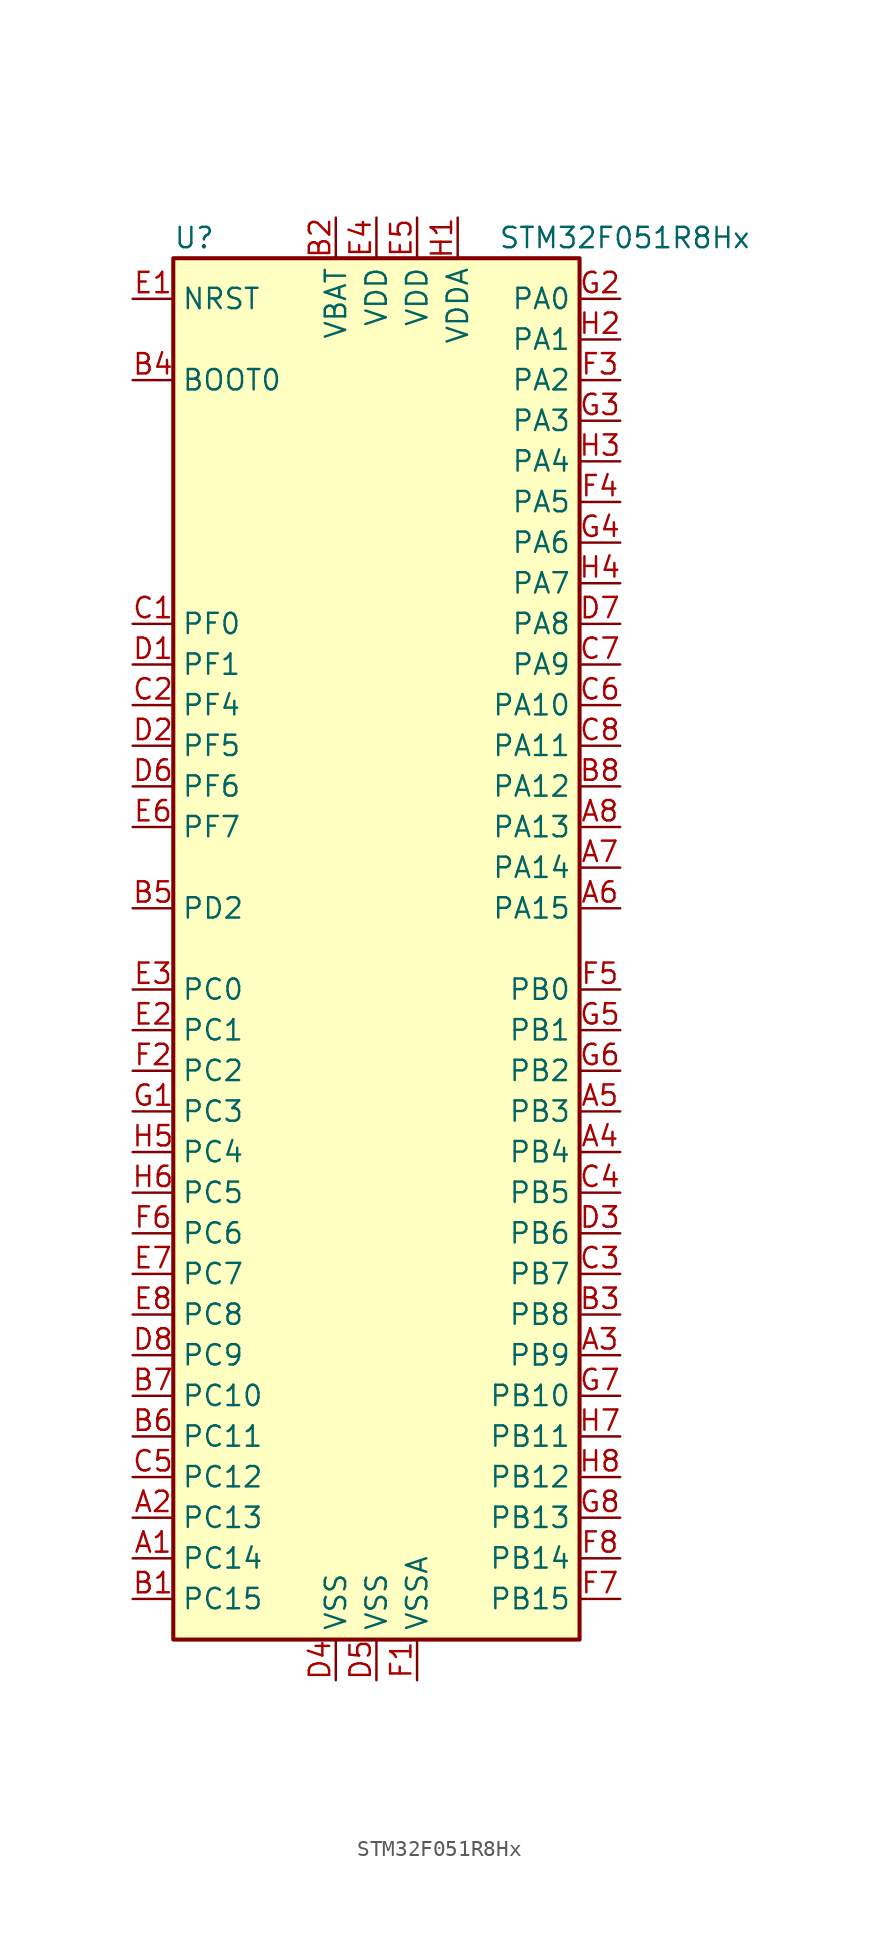
<source format=kicad_sym>
(kicad_symbol_lib
  (version 20201005)
  (generator kicad_symbol_editor)
  (symbol "STM32F051R8Hx"
    (property "Reference" "U"
      (at -12.7 44.45 0)
      (effects (font (size 1.27 1.27)) (justify left)))
    (property "Value" "STM32F051R8Hx"
      (at 7.62 44.45 0)
      (effects (font (size 1.27 1.27)) (justify left)))
    (symbol "STM32F051R8Hx_0_1"
      (rectangle (start -12.7 -43.18) (end 12.7 43.18) (stroke (width 0.254)) (fill (type background))))
    (symbol "STM32F051R8Hx_1_1"
      (pin bidirectional line (at -15.24 -38.1 0) (length 2.54) (name "PC14" (effects (font (size 1.27 1.27)))) (number "A1" (effects (font (size 1.27 1.27)))))
      (pin bidirectional line (at -15.24 -35.56 0) (length 2.54) (name "PC13" (effects (font (size 1.27 1.27)))) (number "A2" (effects (font (size 1.27 1.27)))))
      (pin bidirectional line (at 15.24 -25.4 180) (length 2.54) (name "PB9" (effects (font (size 1.27 1.27)))) (number "A3" (effects (font (size 1.27 1.27)))))
      (pin bidirectional line (at 15.24 -12.7 180) (length 2.54) (name "PB4" (effects (font (size 1.27 1.27)))) (number "A4" (effects (font (size 1.27 1.27)))))
      (pin bidirectional line (at 15.24 -10.16 180) (length 2.54) (name "PB3" (effects (font (size 1.27 1.27)))) (number "A5" (effects (font (size 1.27 1.27)))))
      (pin bidirectional line (at 15.24 2.54 180) (length 2.54) (name "PA15" (effects (font (size 1.27 1.27)))) (number "A6" (effects (font (size 1.27 1.27)))))
      (pin bidirectional line (at 15.24 5.08 180) (length 2.54) (name "PA14" (effects (font (size 1.27 1.27)))) (number "A7" (effects (font (size 1.27 1.27)))))
      (pin bidirectional line (at 15.24 7.62 180) (length 2.54) (name "PA13" (effects (font (size 1.27 1.27)))) (number "A8" (effects (font (size 1.27 1.27)))))
      (pin bidirectional line (at -15.24 -40.64 0) (length 2.54) (name "PC15" (effects (font (size 1.27 1.27)))) (number "B1" (effects (font (size 1.27 1.27)))))
      (pin power_in line (at -2.54 45.72 270) (length 2.54) (name "VBAT" (effects (font (size 1.27 1.27)))) (number "B2" (effects (font (size 1.27 1.27)))))
      (pin bidirectional line (at 15.24 -22.86 180) (length 2.54) (name "PB8" (effects (font (size 1.27 1.27)))) (number "B3" (effects (font (size 1.27 1.27)))))
      (pin input line (at -15.24 35.56 0) (length 2.54) (name "BOOT0" (effects (font (size 1.27 1.27)))) (number "B4" (effects (font (size 1.27 1.27)))))
      (pin bidirectional line (at -15.24 2.54 0) (length 2.54) (name "PD2" (effects (font (size 1.27 1.27)))) (number "B5" (effects (font (size 1.27 1.27)))))
      (pin bidirectional line (at -15.24 -30.48 0) (length 2.54) (name "PC11" (effects (font (size 1.27 1.27)))) (number "B6" (effects (font (size 1.27 1.27)))))
      (pin bidirectional line (at -15.24 -27.94 0) (length 2.54) (name "PC10" (effects (font (size 1.27 1.27)))) (number "B7" (effects (font (size 1.27 1.27)))))
      (pin bidirectional line (at 15.24 10.16 180) (length 2.54) (name "PA12" (effects (font (size 1.27 1.27)))) (number "B8" (effects (font (size 1.27 1.27)))))
      (pin input line (at -15.24 20.32 0) (length 2.54) (name "PF0" (effects (font (size 1.27 1.27)))) (number "C1" (effects (font (size 1.27 1.27)))))
      (pin bidirectional line (at -15.24 15.24 0) (length 2.54) (name "PF4" (effects (font (size 1.27 1.27)))) (number "C2" (effects (font (size 1.27 1.27)))))
      (pin bidirectional line (at 15.24 -20.32 180) (length 2.54) (name "PB7" (effects (font (size 1.27 1.27)))) (number "C3" (effects (font (size 1.27 1.27)))))
      (pin bidirectional line (at 15.24 -15.24 180) (length 2.54) (name "PB5" (effects (font (size 1.27 1.27)))) (number "C4" (effects (font (size 1.27 1.27)))))
      (pin bidirectional line (at -15.24 -33.02 0) (length 2.54) (name "PC12" (effects (font (size 1.27 1.27)))) (number "C5" (effects (font (size 1.27 1.27)))))
      (pin bidirectional line (at 15.24 15.24 180) (length 2.54) (name "PA10" (effects (font (size 1.27 1.27)))) (number "C6" (effects (font (size 1.27 1.27)))))
      (pin bidirectional line (at 15.24 17.78 180) (length 2.54) (name "PA9" (effects (font (size 1.27 1.27)))) (number "C7" (effects (font (size 1.27 1.27)))))
      (pin bidirectional line (at 15.24 12.7 180) (length 2.54) (name "PA11" (effects (font (size 1.27 1.27)))) (number "C8" (effects (font (size 1.27 1.27)))))
      (pin input line (at -15.24 17.78 0) (length 2.54) (name "PF1" (effects (font (size 1.27 1.27)))) (number "D1" (effects (font (size 1.27 1.27)))))
      (pin bidirectional line (at -15.24 12.7 0) (length 2.54) (name "PF5" (effects (font (size 1.27 1.27)))) (number "D2" (effects (font (size 1.27 1.27)))))
      (pin bidirectional line (at 15.24 -17.78 180) (length 2.54) (name "PB6" (effects (font (size 1.27 1.27)))) (number "D3" (effects (font (size 1.27 1.27)))))
      (pin power_in line (at -2.54 -45.72 90) (length 2.54) (name "VSS" (effects (font (size 1.27 1.27)))) (number "D4" (effects (font (size 1.27 1.27)))))
      (pin power_in line (at 0 -45.72 90) (length 2.54) (name "VSS" (effects (font (size 1.27 1.27)))) (number "D5" (effects (font (size 1.27 1.27)))))
      (pin bidirectional line (at -15.24 10.16 0) (length 2.54) (name "PF6" (effects (font (size 1.27 1.27)))) (number "D6" (effects (font (size 1.27 1.27)))))
      (pin bidirectional line (at 15.24 20.32 180) (length 2.54) (name "PA8" (effects (font (size 1.27 1.27)))) (number "D7" (effects (font (size 1.27 1.27)))))
      (pin bidirectional line (at -15.24 -25.4 0) (length 2.54) (name "PC9" (effects (font (size 1.27 1.27)))) (number "D8" (effects (font (size 1.27 1.27)))))
      (pin input line (at -15.24 40.64 0) (length 2.54) (name "NRST" (effects (font (size 1.27 1.27)))) (number "E1" (effects (font (size 1.27 1.27)))))
      (pin bidirectional line (at -15.24 -5.08 0) (length 2.54) (name "PC1" (effects (font (size 1.27 1.27)))) (number "E2" (effects (font (size 1.27 1.27)))))
      (pin bidirectional line (at -15.24 -2.54 0) (length 2.54) (name "PC0" (effects (font (size 1.27 1.27)))) (number "E3" (effects (font (size 1.27 1.27)))))
      (pin power_in line (at 0 45.72 270) (length 2.54) (name "VDD" (effects (font (size 1.27 1.27)))) (number "E4" (effects (font (size 1.27 1.27)))))
      (pin power_in line (at 2.54 45.72 270) (length 2.54) (name "VDD" (effects (font (size 1.27 1.27)))) (number "E5" (effects (font (size 1.27 1.27)))))
      (pin bidirectional line (at -15.24 7.62 0) (length 2.54) (name "PF7" (effects (font (size 1.27 1.27)))) (number "E6" (effects (font (size 1.27 1.27)))))
      (pin bidirectional line (at -15.24 -20.32 0) (length 2.54) (name "PC7" (effects (font (size 1.27 1.27)))) (number "E7" (effects (font (size 1.27 1.27)))))
      (pin bidirectional line (at -15.24 -22.86 0) (length 2.54) (name "PC8" (effects (font (size 1.27 1.27)))) (number "E8" (effects (font (size 1.27 1.27)))))
      (pin power_in line (at 2.54 -45.72 90) (length 2.54) (name "VSSA" (effects (font (size 1.27 1.27)))) (number "F1" (effects (font (size 1.27 1.27)))))
      (pin bidirectional line (at -15.24 -7.62 0) (length 2.54) (name "PC2" (effects (font (size 1.27 1.27)))) (number "F2" (effects (font (size 1.27 1.27)))))
      (pin bidirectional line (at 15.24 35.56 180) (length 2.54) (name "PA2" (effects (font (size 1.27 1.27)))) (number "F3" (effects (font (size 1.27 1.27)))))
      (pin bidirectional line (at 15.24 27.94 180) (length 2.54) (name "PA5" (effects (font (size 1.27 1.27)))) (number "F4" (effects (font (size 1.27 1.27)))))
      (pin bidirectional line (at 15.24 -2.54 180) (length 2.54) (name "PB0" (effects (font (size 1.27 1.27)))) (number "F5" (effects (font (size 1.27 1.27)))))
      (pin bidirectional line (at -15.24 -17.78 0) (length 2.54) (name "PC6" (effects (font (size 1.27 1.27)))) (number "F6" (effects (font (size 1.27 1.27)))))
      (pin bidirectional line (at 15.24 -40.64 180) (length 2.54) (name "PB15" (effects (font (size 1.27 1.27)))) (number "F7" (effects (font (size 1.27 1.27)))))
      (pin bidirectional line (at 15.24 -38.1 180) (length 2.54) (name "PB14" (effects (font (size 1.27 1.27)))) (number "F8" (effects (font (size 1.27 1.27)))))
      (pin bidirectional line (at -15.24 -10.16 0) (length 2.54) (name "PC3" (effects (font (size 1.27 1.27)))) (number "G1" (effects (font (size 1.27 1.27)))))
      (pin bidirectional line (at 15.24 40.64 180) (length 2.54) (name "PA0" (effects (font (size 1.27 1.27)))) (number "G2" (effects (font (size 1.27 1.27)))))
      (pin bidirectional line (at 15.24 33.02 180) (length 2.54) (name "PA3" (effects (font (size 1.27 1.27)))) (number "G3" (effects (font (size 1.27 1.27)))))
      (pin bidirectional line (at 15.24 25.4 180) (length 2.54) (name "PA6" (effects (font (size 1.27 1.27)))) (number "G4" (effects (font (size 1.27 1.27)))))
      (pin bidirectional line (at 15.24 -5.08 180) (length 2.54) (name "PB1" (effects (font (size 1.27 1.27)))) (number "G5" (effects (font (size 1.27 1.27)))))
      (pin bidirectional line (at 15.24 -7.62 180) (length 2.54) (name "PB2" (effects (font (size 1.27 1.27)))) (number "G6" (effects (font (size 1.27 1.27)))))
      (pin bidirectional line (at 15.24 -27.94 180) (length 2.54) (name "PB10" (effects (font (size 1.27 1.27)))) (number "G7" (effects (font (size 1.27 1.27)))))
      (pin bidirectional line (at 15.24 -35.56 180) (length 2.54) (name "PB13" (effects (font (size 1.27 1.27)))) (number "G8" (effects (font (size 1.27 1.27)))))
      (pin power_in line (at 5.08 45.72 270) (length 2.54) (name "VDDA" (effects (font (size 1.27 1.27)))) (number "H1" (effects (font (size 1.27 1.27)))))
      (pin bidirectional line (at 15.24 38.1 180) (length 2.54) (name "PA1" (effects (font (size 1.27 1.27)))) (number "H2" (effects (font (size 1.27 1.27)))))
      (pin bidirectional line (at 15.24 30.48 180) (length 2.54) (name "PA4" (effects (font (size 1.27 1.27)))) (number "H3" (effects (font (size 1.27 1.27)))))
      (pin bidirectional line (at 15.24 22.86 180) (length 2.54) (name "PA7" (effects (font (size 1.27 1.27)))) (number "H4" (effects (font (size 1.27 1.27)))))
      (pin bidirectional line (at -15.24 -12.7 0) (length 2.54) (name "PC4" (effects (font (size 1.27 1.27)))) (number "H5" (effects (font (size 1.27 1.27)))))
      (pin bidirectional line (at -15.24 -15.24 0) (length 2.54) (name "PC5" (effects (font (size 1.27 1.27)))) (number "H6" (effects (font (size 1.27 1.27)))))
      (pin bidirectional line (at 15.24 -30.48 180) (length 2.54) (name "PB11" (effects (font (size 1.27 1.27)))) (number "H7" (effects (font (size 1.27 1.27)))))
      (pin bidirectional line (at 15.24 -33.02 180) (length 2.54) (name "PB12" (effects (font (size 1.27 1.27)))) (number "H8" (effects (font (size 1.27 1.27))))))))
</source>
